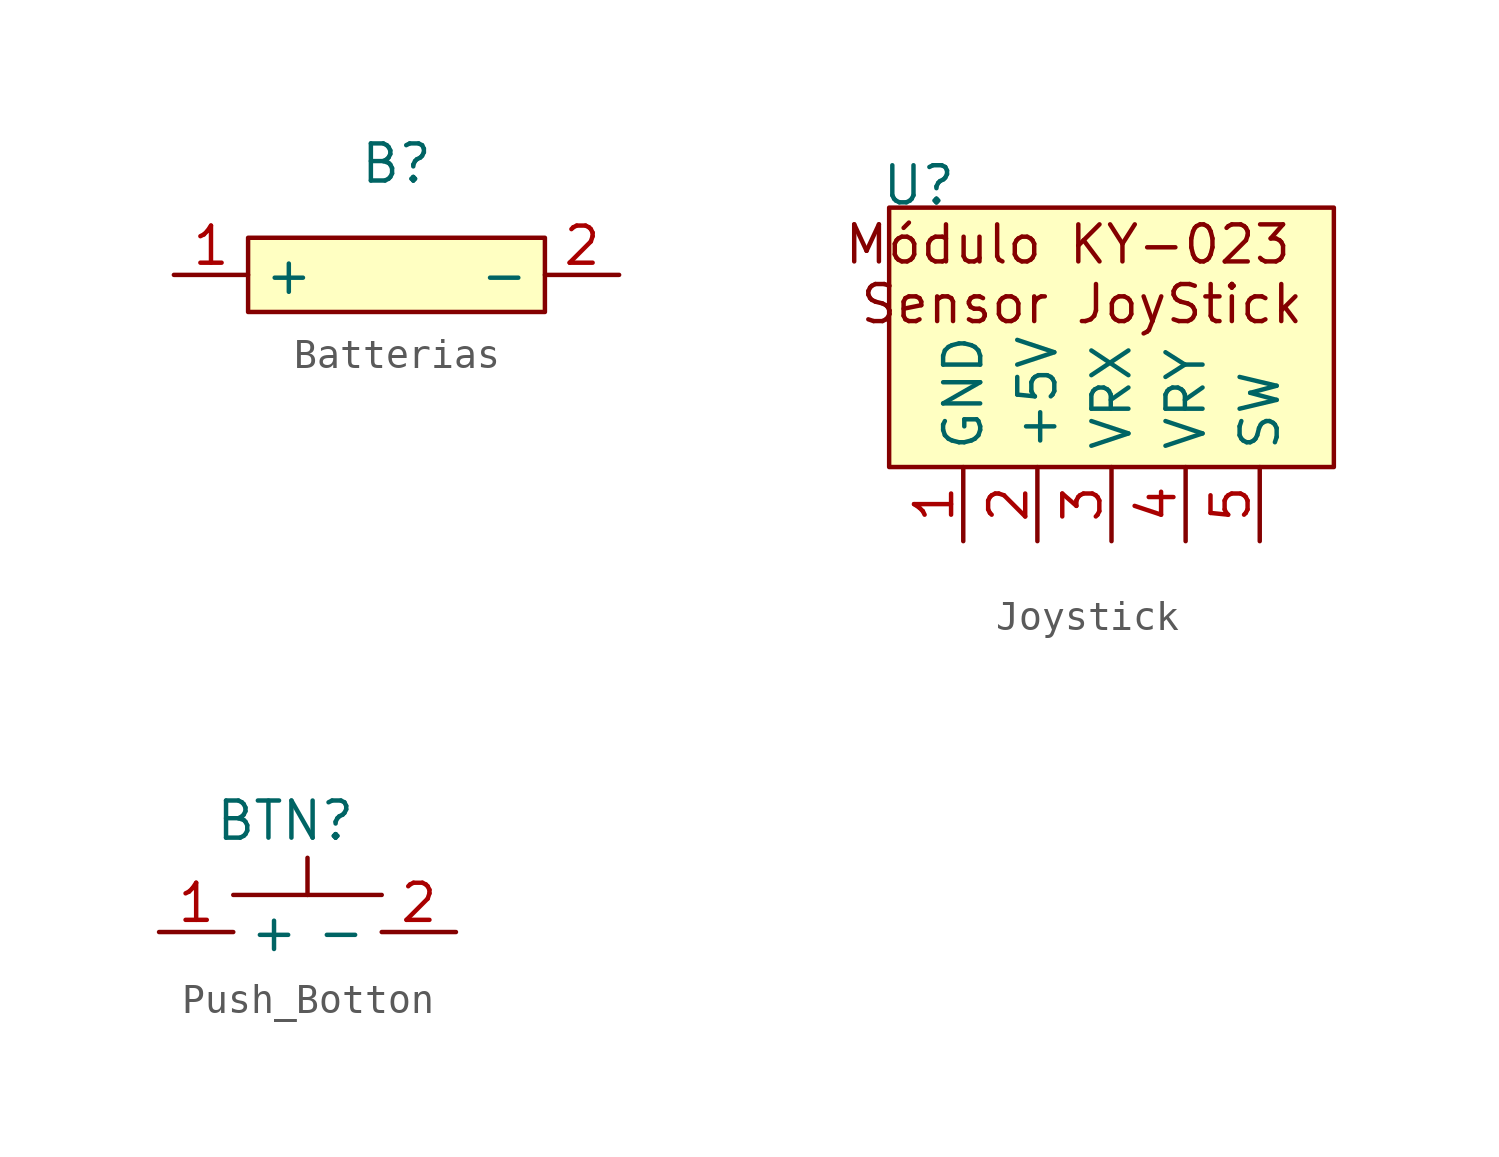
<source format=kicad_sym>
(kicad_symbol_lib
  (version 20231120)
  (generator "kicad_symbol_editor")
  (generator_version "8.0")
  (symbol "Batterias"
    (property "Reference" "B"
      (at 0 0 0)
      (effects (font (size 1.27 1.27))))
    (property "Value" ""
      (at 0 0 0)
      (effects (font (size 1.27 1.27))))
    (property "ki_locked" ""
      (at 0 0 0)
      (effects (font (size 1.27 1.27))))
    (symbol "Batterias_1_1"
      (rectangle (start -5.08 -2.54) (end 5.08 -5.08) (stroke (width 0) (type default)) (fill (type background)))
      (pin bidirectional line (at -7.62 -3.81 0) (length 2.54) (name "+" (effects (font (size 1.27 1.27)))) (number "1" (effects (font (size 1.27 1.27)))))
      (pin bidirectional line (at 7.62 -3.81 180) (length 2.54) (name "-" (effects (font (size 1.27 1.27)))) (number "2" (effects (font (size 1.27 1.27)))))))
  (symbol "Joystick"
    (property "Reference" "U"
      (at -5.334 3.302 0)
      (effects (font (size 1.27 1.27))))
    (property "Value" ""
      (at 0 0 0)
      (effects (font (size 1.27 1.27))))
    (symbol "Joystick_0_1"
      (rectangle (start -6.35 2.54) (end 8.89 -6.35) (stroke (width 0) (type default)) (fill (type background))))
    (symbol "Joystick_1_1"
      (text "Módulo KY-023 \nSensor JoyStick" (at 0.254 0.254 0) (effects (font (size 1.27 1.27))))
      (pin bidirectional line (at -3.81 -8.89 90) (length 2.54) (name "GND" (effects (font (size 1.27 1.27)))) (number "1" (effects (font (size 1.27 1.27)))))
      (pin bidirectional line (at -1.27 -8.89 90) (length 2.54) (name "+5V" (effects (font (size 1.27 1.27)))) (number "2" (effects (font (size 1.27 1.27)))))
      (pin bidirectional line (at 1.27 -8.89 90) (length 2.54) (name "VRX" (effects (font (size 1.27 1.27)))) (number "3" (effects (font (size 1.27 1.27)))))
      (pin bidirectional line (at 3.81 -8.89 90) (length 2.54) (name "VRY" (effects (font (size 1.27 1.27)))) (number "4" (effects (font (size 1.27 1.27)))))
      (pin bidirectional line (at 6.35 -8.89 90) (length 2.54) (name "SW" (effects (font (size 1.27 1.27)))) (number "5" (effects (font (size 1.27 1.27)))))))
  (symbol "Push_Botton"
    (property "Reference" "BTN"
      (at -0.762 1.27 0)
      (effects (font (size 1.27 1.27))))
    (property "Value" ""
      (at 0 0 0)
      (effects (font (size 1.27 1.27))))
    (symbol "Push_Botton_0_1"
      (polyline (pts (xy -2.54 -1.27) (xy 2.54 -1.27)) (stroke (width 0) (type default)) (fill (type none)))
      (polyline (pts (xy 0 -1.27) (xy 0 0)) (stroke (width 0) (type default)) (fill (type none))))
    (symbol "Push_Botton_1_1"
      (pin bidirectional line (at -5.08 -2.54 0) (length 2.54) (name "+" (effects (font (size 1.27 1.27)))) (number "1" (effects (font (size 1.27 1.27)))))
      (pin bidirectional line (at 5.08 -2.54 180) (length 2.54) (name "-" (effects (font (size 1.27 1.27)))) (number "2" (effects (font (size 1.27 1.27))))))))
</source>
